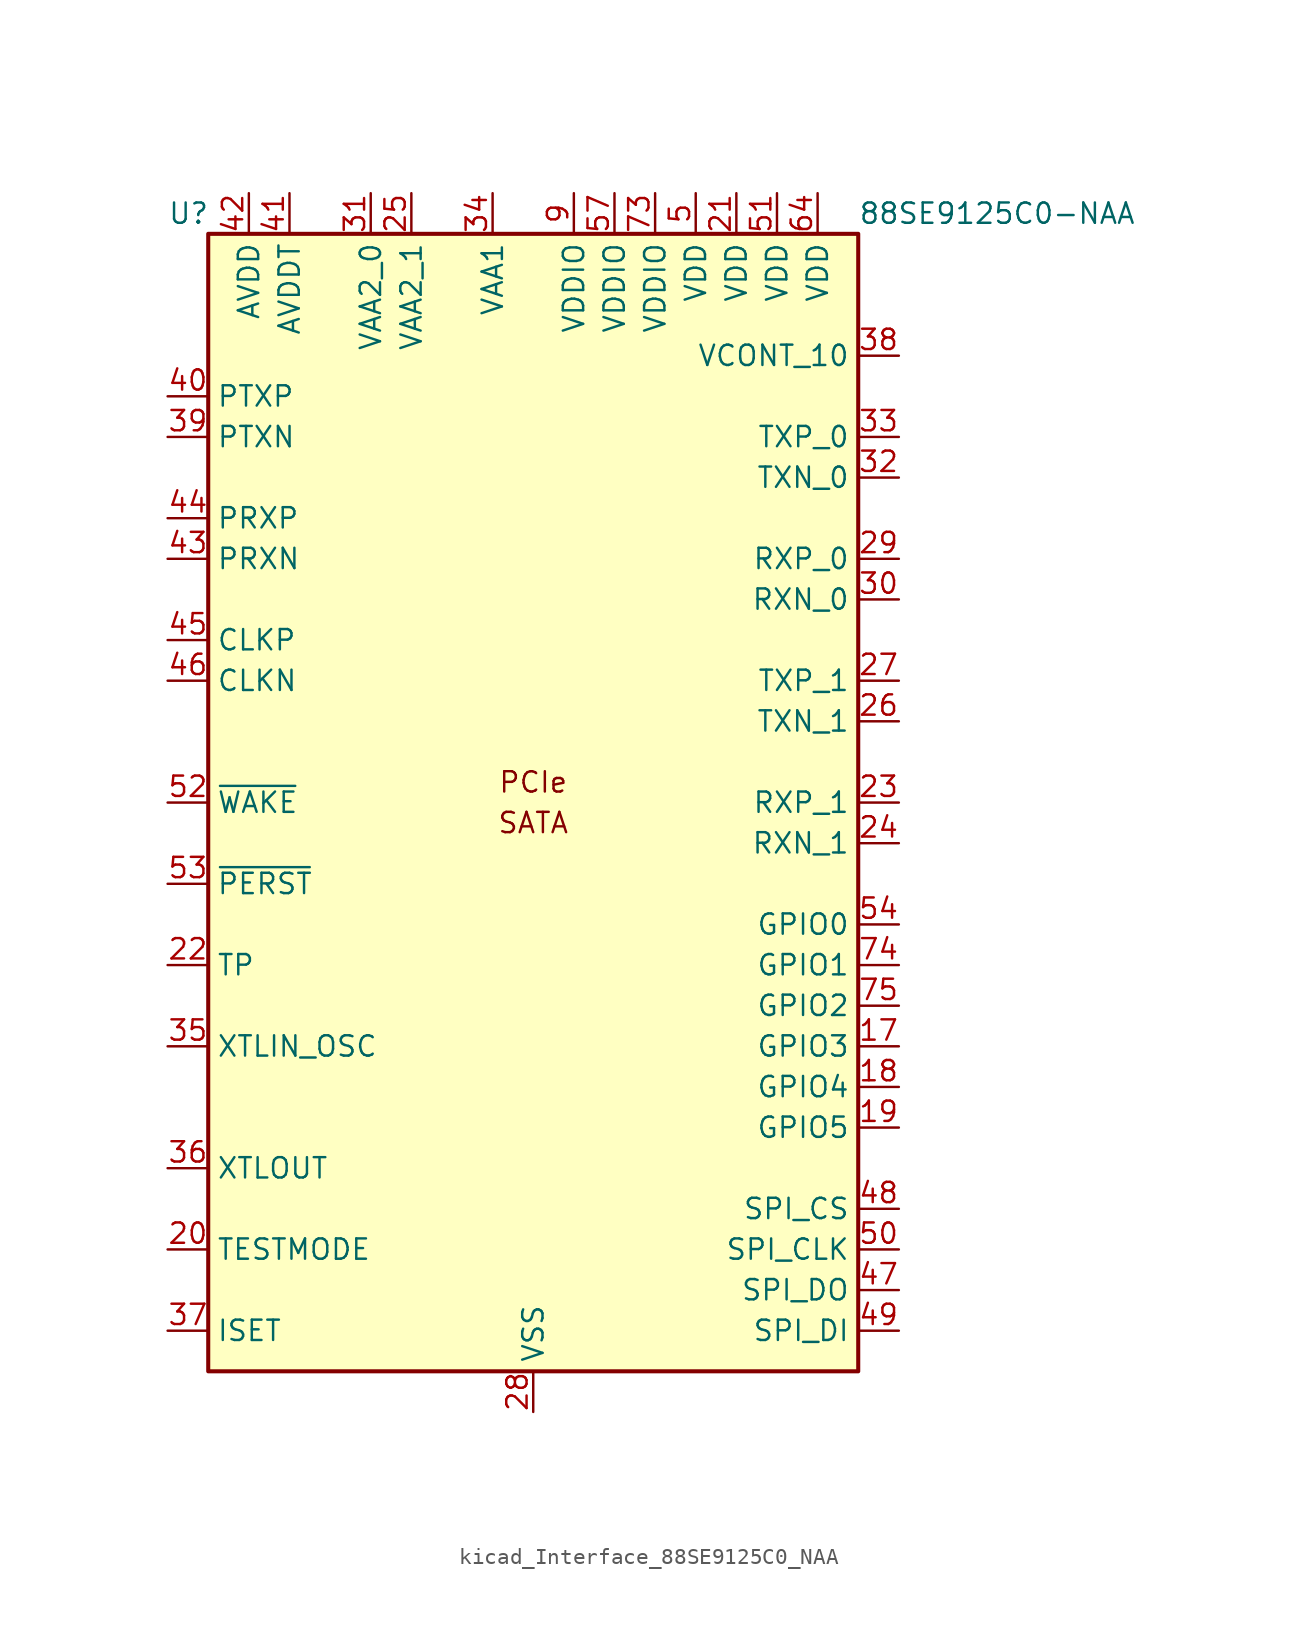
<source format=kicad_sym>
(kicad_symbol_lib
  (version 20220914)
  (generator kicad_symbol_editor)
  (symbol "kicad_Interface_88SE9125C0_NAA"
    (property "Reference" "U"
      (at -22.86 36.83 0)
      (effects (font (size 1.27 1.27)) (justify left)))
    (property "Value" "88SE9125C0-NAA"
      (at 20.32 36.83 0)
      (effects (font (size 1.27 1.27)) (justify left)))
    (symbol "kicad_Interface_88SE9125C0_NAA_0_0"
      (text "PCIe" (at 0 1.27 0) (effects (font (size 1.27 1.27)))))
    (symbol "kicad_Interface_88SE9125C0_NAA_0_1"
      (rectangle (start -20.32 35.56) (end 20.32 -35.56) (stroke (width 0.254) (type default)) (fill (type background))))
    (symbol "kicad_Interface_88SE9125C0_NAA_1_0"
      (text "SATA" (at 0 -1.27 0) (effects (font (size 1.27 1.27)))))
    (symbol "kicad_Interface_88SE9125C0_NAA_1_1"
      (pin no_connect line (at 20.32 25.4 180) (length 2.54) hide (name "NC" (effects (font (size 1.27 1.27)))) (number "1" (effects (font (size 1.27 1.27)))))
      (pin no_connect line (at -20.32 -7.62 0) (length 2.54) hide (name "NC" (effects (font (size 1.27 1.27)))) (number "10" (effects (font (size 1.27 1.27)))))
      (pin no_connect line (at 5.08 -35.56 90) (length 2.54) hide (name "NC" (effects (font (size 1.27 1.27)))) (number "11" (effects (font (size 1.27 1.27)))))
      (pin no_connect line (at -20.32 -30.48 0) (length 2.54) hide (name "NC" (effects (font (size 1.27 1.27)))) (number "12" (effects (font (size 1.27 1.27)))))
      (pin passive line (at 10.16 38.1 270) (length 2.54) hide (name "VDD" (effects (font (size 1.27 1.27)))) (number "13" (effects (font (size 1.27 1.27)))))
      (pin no_connect line (at -20.32 -25.4 0) (length 2.54) hide (name "NC" (effects (font (size 1.27 1.27)))) (number "14" (effects (font (size 1.27 1.27)))))
      (pin no_connect line (at -20.32 -20.32 0) (length 2.54) hide (name "NC" (effects (font (size 1.27 1.27)))) (number "15" (effects (font (size 1.27 1.27)))))
      (pin no_connect line (at -20.32 -17.78 0) (length 2.54) hide (name "NC" (effects (font (size 1.27 1.27)))) (number "16" (effects (font (size 1.27 1.27)))))
      (pin bidirectional line (at 22.86 -15.24 180) (length 2.54) (name "GPIO3" (effects (font (size 1.27 1.27)))) (number "17" (effects (font (size 1.27 1.27)))))
      (pin bidirectional line (at 22.86 -17.78 180) (length 2.54) (name "GPIO4" (effects (font (size 1.27 1.27)))) (number "18" (effects (font (size 1.27 1.27)))))
      (pin bidirectional line (at 22.86 -20.32 180) (length 2.54) (name "GPIO5" (effects (font (size 1.27 1.27)))) (number "19" (effects (font (size 1.27 1.27)))))
      (pin no_connect line (at 20.32 17.78 180) (length 2.54) hide (name "NC" (effects (font (size 1.27 1.27)))) (number "2" (effects (font (size 1.27 1.27)))))
      (pin input line (at -22.86 -27.94 0) (length 2.54) (name "TESTMODE" (effects (font (size 1.27 1.27)))) (number "20" (effects (font (size 1.27 1.27)))))
      (pin power_in line (at 12.7 38.1 270) (length 2.54) (name "VDD" (effects (font (size 1.27 1.27)))) (number "21" (effects (font (size 1.27 1.27)))))
      (pin bidirectional line (at -22.86 -10.16 0) (length 2.54) (name "TP" (effects (font (size 1.27 1.27)))) (number "22" (effects (font (size 1.27 1.27)))))
      (pin input line (at 22.86 0 180) (length 2.54) (name "RXP_1" (effects (font (size 1.27 1.27)))) (number "23" (effects (font (size 1.27 1.27)))))
      (pin input line (at 22.86 -2.54 180) (length 2.54) (name "RXN_1" (effects (font (size 1.27 1.27)))) (number "24" (effects (font (size 1.27 1.27)))))
      (pin power_in line (at -7.62 38.1 270) (length 2.54) (name "VAA2_1" (effects (font (size 1.27 1.27)))) (number "25" (effects (font (size 1.27 1.27)))))
      (pin output line (at 22.86 5.08 180) (length 2.54) (name "TXN_1" (effects (font (size 1.27 1.27)))) (number "26" (effects (font (size 1.27 1.27)))))
      (pin output line (at 22.86 7.62 180) (length 2.54) (name "TXP_1" (effects (font (size 1.27 1.27)))) (number "27" (effects (font (size 1.27 1.27)))))
      (pin power_in line (at 0 -38.1 90) (length 2.54) (name "VSS" (effects (font (size 1.27 1.27)))) (number "28" (effects (font (size 1.27 1.27)))))
      (pin input line (at 22.86 15.24 180) (length 2.54) (name "RXP_0" (effects (font (size 1.27 1.27)))) (number "29" (effects (font (size 1.27 1.27)))))
      (pin no_connect line (at 20.32 10.16 180) (length 2.54) hide (name "NC" (effects (font (size 1.27 1.27)))) (number "3" (effects (font (size 1.27 1.27)))))
      (pin input line (at 22.86 12.7 180) (length 2.54) (name "RXN_0" (effects (font (size 1.27 1.27)))) (number "30" (effects (font (size 1.27 1.27)))))
      (pin power_in line (at -10.16 38.1 270) (length 2.54) (name "VAA2_0" (effects (font (size 1.27 1.27)))) (number "31" (effects (font (size 1.27 1.27)))))
      (pin output line (at 22.86 20.32 180) (length 2.54) (name "TXN_0" (effects (font (size 1.27 1.27)))) (number "32" (effects (font (size 1.27 1.27)))))
      (pin output line (at 22.86 22.86 180) (length 2.54) (name "TXP_0" (effects (font (size 1.27 1.27)))) (number "33" (effects (font (size 1.27 1.27)))))
      (pin power_in line (at -2.54 38.1 270) (length 2.54) (name "VAA1" (effects (font (size 1.27 1.27)))) (number "34" (effects (font (size 1.27 1.27)))))
      (pin input line (at -22.86 -15.24 0) (length 2.54) (name "XTLIN_OSC" (effects (font (size 1.27 1.27)))) (number "35" (effects (font (size 1.27 1.27)))))
      (pin output line (at -22.86 -22.86 0) (length 2.54) (name "XTLOUT" (effects (font (size 1.27 1.27)))) (number "36" (effects (font (size 1.27 1.27)))))
      (pin bidirectional line (at -22.86 -33.02 0) (length 2.54) (name "ISET" (effects (font (size 1.27 1.27)))) (number "37" (effects (font (size 1.27 1.27)))))
      (pin output line (at 22.86 27.94 180) (length 2.54) (name "VCONT_10" (effects (font (size 1.27 1.27)))) (number "38" (effects (font (size 1.27 1.27)))))
      (pin output line (at -22.86 22.86 0) (length 2.54) (name "PTXN" (effects (font (size 1.27 1.27)))) (number "39" (effects (font (size 1.27 1.27)))))
      (pin no_connect line (at 20.32 2.54 180) (length 2.54) hide (name "NC" (effects (font (size 1.27 1.27)))) (number "4" (effects (font (size 1.27 1.27)))))
      (pin output line (at -22.86 25.4 0) (length 2.54) (name "PTXP" (effects (font (size 1.27 1.27)))) (number "40" (effects (font (size 1.27 1.27)))))
      (pin power_in line (at -15.24 38.1 270) (length 2.54) (name "AVDDT" (effects (font (size 1.27 1.27)))) (number "41" (effects (font (size 1.27 1.27)))))
      (pin power_in line (at -17.78 38.1 270) (length 2.54) (name "AVDD" (effects (font (size 1.27 1.27)))) (number "42" (effects (font (size 1.27 1.27)))))
      (pin input line (at -22.86 15.24 0) (length 2.54) (name "PRXN" (effects (font (size 1.27 1.27)))) (number "43" (effects (font (size 1.27 1.27)))))
      (pin input line (at -22.86 17.78 0) (length 2.54) (name "PRXP" (effects (font (size 1.27 1.27)))) (number "44" (effects (font (size 1.27 1.27)))))
      (pin input line (at -22.86 10.16 0) (length 2.54) (name "CLKP" (effects (font (size 1.27 1.27)))) (number "45" (effects (font (size 1.27 1.27)))))
      (pin input line (at -22.86 7.62 0) (length 2.54) (name "CLKN" (effects (font (size 1.27 1.27)))) (number "46" (effects (font (size 1.27 1.27)))))
      (pin output line (at 22.86 -30.48 180) (length 2.54) (name "SPI_DO" (effects (font (size 1.27 1.27)))) (number "47" (effects (font (size 1.27 1.27)))))
      (pin output line (at 22.86 -25.4 180) (length 2.54) (name "SPI_CS" (effects (font (size 1.27 1.27)))) (number "48" (effects (font (size 1.27 1.27)))))
      (pin input line (at 22.86 -33.02 180) (length 2.54) (name "SPI_DI" (effects (font (size 1.27 1.27)))) (number "49" (effects (font (size 1.27 1.27)))))
      (pin power_in line (at 10.16 38.1 270) (length 2.54) (name "VDD" (effects (font (size 1.27 1.27)))) (number "5" (effects (font (size 1.27 1.27)))))
      (pin output line (at 22.86 -27.94 180) (length 2.54) (name "SPI_CLK" (effects (font (size 1.27 1.27)))) (number "50" (effects (font (size 1.27 1.27)))))
      (pin power_in line (at 15.24 38.1 270) (length 2.54) (name "VDD" (effects (font (size 1.27 1.27)))) (number "51" (effects (font (size 1.27 1.27)))))
      (pin open_collector line (at -22.86 0 0) (length 2.54) (name "~{WAKE}" (effects (font (size 1.27 1.27)))) (number "52" (effects (font (size 1.27 1.27)))))
      (pin input line (at -22.86 -5.08 0) (length 2.54) (name "~{PERST}" (effects (font (size 1.27 1.27)))) (number "53" (effects (font (size 1.27 1.27)))))
      (pin bidirectional line (at 22.86 -7.62 180) (length 2.54) (name "GPIO0" (effects (font (size 1.27 1.27)))) (number "54" (effects (font (size 1.27 1.27)))))
      (pin no_connect line (at -20.32 -12.7 0) (length 2.54) hide (name "NC" (effects (font (size 1.27 1.27)))) (number "55" (effects (font (size 1.27 1.27)))))
      (pin no_connect line (at 20.32 30.48 180) (length 2.54) hide (name "NC" (effects (font (size 1.27 1.27)))) (number "56" (effects (font (size 1.27 1.27)))))
      (pin power_in line (at 5.08 38.1 270) (length 2.54) (name "VDDIO" (effects (font (size 1.27 1.27)))) (number "57" (effects (font (size 1.27 1.27)))))
      (pin no_connect line (at -20.32 2.54 0) (length 2.54) hide (name "NC" (effects (font (size 1.27 1.27)))) (number "58" (effects (font (size 1.27 1.27)))))
      (pin no_connect line (at -20.32 5.08 0) (length 2.54) hide (name "NC" (effects (font (size 1.27 1.27)))) (number "59" (effects (font (size 1.27 1.27)))))
      (pin no_connect line (at 20.32 -5.08 180) (length 2.54) hide (name "NC" (effects (font (size 1.27 1.27)))) (number "6" (effects (font (size 1.27 1.27)))))
      (pin no_connect line (at -20.32 12.7 0) (length 2.54) hide (name "NC" (effects (font (size 1.27 1.27)))) (number "60" (effects (font (size 1.27 1.27)))))
      (pin no_connect line (at -20.32 20.32 0) (length 2.54) hide (name "NC" (effects (font (size 1.27 1.27)))) (number "61" (effects (font (size 1.27 1.27)))))
      (pin no_connect line (at -20.32 27.94 0) (length 2.54) hide (name "NC" (effects (font (size 1.27 1.27)))) (number "62" (effects (font (size 1.27 1.27)))))
      (pin no_connect line (at -2.54 -35.56 90) (length 2.54) hide (name "NC" (effects (font (size 1.27 1.27)))) (number "63" (effects (font (size 1.27 1.27)))))
      (pin power_in line (at 17.78 38.1 270) (length 2.54) (name "VDD" (effects (font (size 1.27 1.27)))) (number "64" (effects (font (size 1.27 1.27)))))
      (pin no_connect line (at -5.08 -35.56 90) (length 2.54) hide (name "NC" (effects (font (size 1.27 1.27)))) (number "65" (effects (font (size 1.27 1.27)))))
      (pin no_connect line (at -7.62 -35.56 90) (length 2.54) hide (name "NC" (effects (font (size 1.27 1.27)))) (number "66" (effects (font (size 1.27 1.27)))))
      (pin no_connect line (at -10.16 -35.56 90) (length 2.54) hide (name "NC" (effects (font (size 1.27 1.27)))) (number "67" (effects (font (size 1.27 1.27)))))
      (pin no_connect line (at -12.7 -35.56 90) (length 2.54) hide (name "NC" (effects (font (size 1.27 1.27)))) (number "68" (effects (font (size 1.27 1.27)))))
      (pin no_connect line (at 2.54 -35.56 90) (length 2.54) hide (name "NC" (effects (font (size 1.27 1.27)))) (number "69" (effects (font (size 1.27 1.27)))))
      (pin no_connect line (at 20.32 -22.86 180) (length 2.54) hide (name "NC" (effects (font (size 1.27 1.27)))) (number "7" (effects (font (size 1.27 1.27)))))
      (pin no_connect line (at 7.62 -35.56 90) (length 2.54) hide (name "NC" (effects (font (size 1.27 1.27)))) (number "70" (effects (font (size 1.27 1.27)))))
      (pin passive line (at 17.78 38.1 270) (length 2.54) hide (name "VDD" (effects (font (size 1.27 1.27)))) (number "71" (effects (font (size 1.27 1.27)))))
      (pin no_connect line (at -12.7 35.56 270) (length 2.54) hide (name "NC" (effects (font (size 1.27 1.27)))) (number "72" (effects (font (size 1.27 1.27)))))
      (pin power_in line (at 7.62 38.1 270) (length 2.54) (name "VDDIO" (effects (font (size 1.27 1.27)))) (number "73" (effects (font (size 1.27 1.27)))))
      (pin bidirectional line (at 22.86 -10.16 180) (length 2.54) (name "GPIO1" (effects (font (size 1.27 1.27)))) (number "74" (effects (font (size 1.27 1.27)))))
      (pin bidirectional line (at 22.86 -12.7 180) (length 2.54) (name "GPIO2" (effects (font (size 1.27 1.27)))) (number "75" (effects (font (size 1.27 1.27)))))
      (pin no_connect line (at -5.08 35.56 270) (length 2.54) hide (name "NC" (effects (font (size 1.27 1.27)))) (number "76" (effects (font (size 1.27 1.27)))))
      (pin passive line (at 0 -38.1 90) (length 2.54) hide (name "VSS" (effects (font (size 1.27 1.27)))) (number "77" (effects (font (size 1.27 1.27)))))
      (pin no_connect line (at -20.32 -2.54 0) (length 2.54) hide (name "NC" (effects (font (size 1.27 1.27)))) (number "8" (effects (font (size 1.27 1.27)))))
      (pin power_in line (at 2.54 38.1 270) (length 2.54) (name "VDDIO" (effects (font (size 1.27 1.27)))) (number "9" (effects (font (size 1.27 1.27))))))))
</source>
